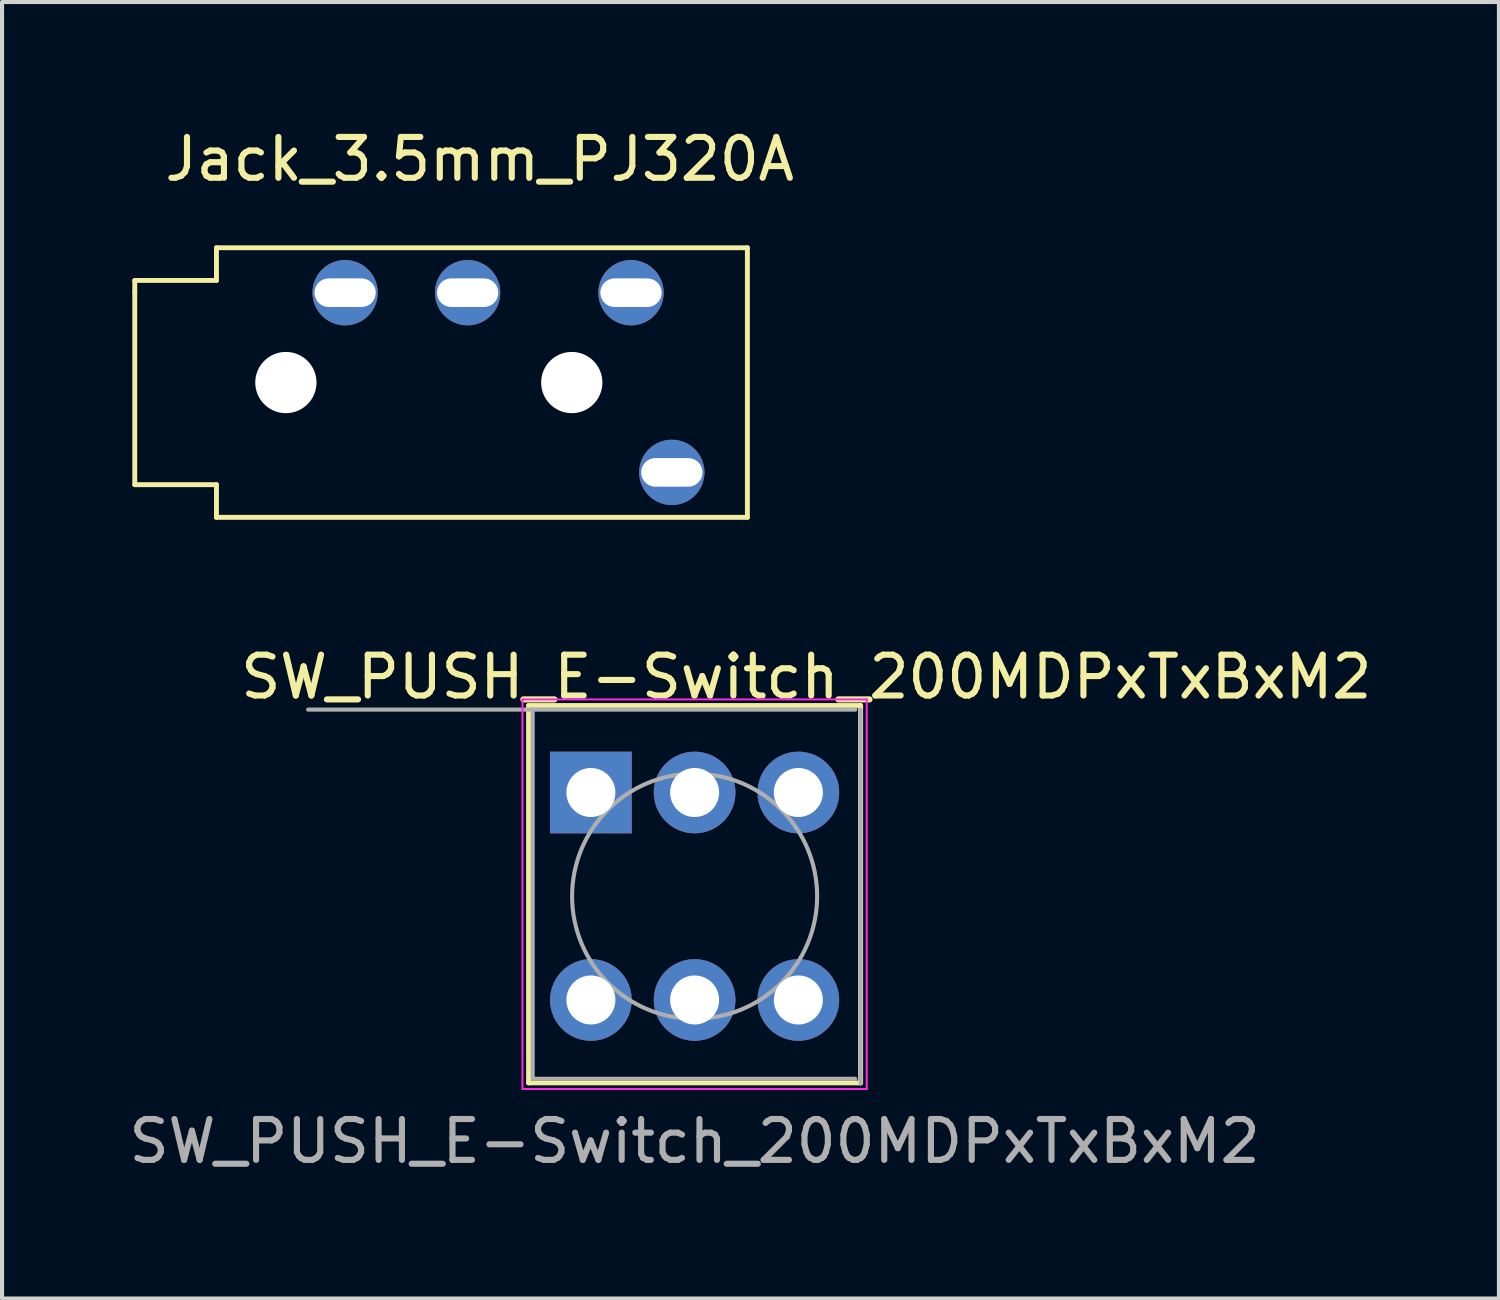
<source format=kicad_pcb>
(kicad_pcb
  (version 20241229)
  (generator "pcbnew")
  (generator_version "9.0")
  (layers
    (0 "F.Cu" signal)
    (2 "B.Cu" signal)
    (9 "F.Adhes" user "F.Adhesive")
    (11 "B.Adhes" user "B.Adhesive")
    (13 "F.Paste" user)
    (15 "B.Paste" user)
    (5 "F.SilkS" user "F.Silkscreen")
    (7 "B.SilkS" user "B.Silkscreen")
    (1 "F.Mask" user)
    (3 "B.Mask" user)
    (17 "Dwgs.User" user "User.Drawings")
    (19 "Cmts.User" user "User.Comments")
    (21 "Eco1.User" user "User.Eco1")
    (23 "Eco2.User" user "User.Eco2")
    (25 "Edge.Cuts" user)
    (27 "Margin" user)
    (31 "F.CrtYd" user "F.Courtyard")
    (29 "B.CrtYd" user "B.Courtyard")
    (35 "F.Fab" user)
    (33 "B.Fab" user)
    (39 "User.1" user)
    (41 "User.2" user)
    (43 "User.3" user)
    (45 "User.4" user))
  (footprint "Jack_3.5mm_PJ320A"
    (layer "F.Cu")
    (at 0.25 4.117)
    (property "Reference" "Jack_3.5mm_PJ320A" (at 8.445 -3.269 0) (layer "F.SilkS") (effects (font (size 1 1) (thickness 0.15))))
    (attr through_hole)
    (fp_line (start 0 -0.3) (end 2 -0.3) (stroke (width 0.12) (type solid)) (layer "F.SilkS"))
    (fp_line (start 0 0) (end 0 -0.3) (stroke (width 0.12) (type solid)) (layer "F.SilkS"))
    (fp_line (start 0 0) (end 0 4.7) (stroke (width 0.12) (type solid)) (layer "F.SilkS"))
    (fp_line (start 0 4.7) (end 2 4.7) (stroke (width 0.12) (type solid)) (layer "F.SilkS"))
    (fp_line (start 2 -1.1) (end 15 -1.1) (stroke (width 0.12) (type solid)) (layer "F.SilkS"))
    (fp_line (start 2 -0.3) (end 2 -1.1) (stroke (width 0.12) (type solid)) (layer "F.SilkS"))
    (fp_line (start 2 4.7) (end 2 5.5) (stroke (width 0.12) (type solid)) (layer "F.SilkS"))
    (fp_line (start 2 5.5) (end 15 5.5) (stroke (width 0.12) (type solid)) (layer "F.SilkS"))
    (fp_line (start 15 -1.1) (end 15 5.5) (stroke (width 0.12) (type solid)) (layer "F.SilkS"))
    (pad "" np_thru_hole circle (at 3.7 2.2) (size 1.5 1.5) (drill 1.5) (layers "*.Cu"))
    (pad "" np_thru_hole circle (at 10.7 2.2) (size 1.5 1.5) (drill 1.5) (layers "*.Cu"))
    (pad "R1" thru_hole circle (at 8.15 0) (size 1.6 1.6) (drill oval 1.5 0.7) (layers "*.Cu" "*.Mask"))
    (pad "R2" thru_hole circle (at 5.15 0) (size 1.6 1.6) (drill oval 1.5 0.7) (layers "*.Cu" "*.Mask"))
    (pad "S" thru_hole circle (at 13.15 4.4) (size 1.6 1.6) (drill oval 1.5 0.7) (layers "*.Cu" "*.Mask"))
    (pad "T" thru_hole circle (at 12.15 0) (size 1.6 1.6) (drill oval 1.5 0.7) (layers "*.Cu" "*.Mask")))
  (footprint "SW_PUSH_E-Switch_200MDPxTxBxM2"
    (layer "F.Cu")
    (at 13.958 18.895)
    (property "Reference" "SW_PUSH_E-Switch_200MDPxTxBxM2" (at 2.735 -5.37 0) (layer "F.SilkS") (effects (font (size 1 1) (thickness 0.15))))
    (attr through_hole)
    (fp_line (start -4.065 -4.67) (end -4.065 4.57) (stroke (width 0.12) (type solid)) (layer "F.SilkS"))
    (fp_line (start -4.065 -4.67) (end 4.065 -4.67) (stroke (width 0.12) (type solid)) (layer "F.SilkS"))
    (fp_line (start 4.065 4.57) (end -4.065 4.57) (stroke (width 0.12) (type solid)) (layer "F.SilkS"))
    (fp_line (start 4.065 4.57) (end 4.065 -4.67) (stroke (width 0.12) (type solid)) (layer "F.SilkS"))
    (fp_line (start -4.215 -4.82) (end 4.215 -4.82) (stroke (width 0.05) (type solid)) (layer "F.CrtYd"))
    (fp_line (start -4.215 4.72) (end -4.215 -4.82) (stroke (width 0.05) (type solid)) (layer "F.CrtYd"))
    (fp_line (start 4.215 -4.82) (end 4.215 4.72) (stroke (width 0.05) (type solid)) (layer "F.CrtYd"))
    (fp_line (start 4.215 4.72) (end -4.215 4.72) (stroke (width 0.05) (type solid)) (layer "F.CrtYd"))
    (fp_line (start -9.465 -4.57) (end 3.935 -4.57) (stroke (width 0.1) (type solid)) (layer "F.Fab"))
    (fp_line (start -3.965 4.43) (end -3.965 -4.57) (stroke (width 0.1) (type solid)) (layer "F.Fab"))
    (fp_line (start 3.935 4.47) (end -3.965 4.47) (stroke (width 0.1) (type solid)) (layer "F.Fab"))
    (fp_line (start 4.065 -4.57) (end 4.065 4.57) (stroke (width 0.1) (type solid)) (layer "F.Fab"))
    (fp_circle (center 0 0) (end 3 0) (stroke (width 0.1) (type solid)) (fill no) (layer "F.Fab"))
    (fp_text user "${REFERENCE}" (at 0 6 0) (layer "F.Fab") (effects (font (size 1 1) (thickness 0.15))))
    (pad "1" thru_hole rect (at -2.54 -2.54) (size 2 2) (drill 1.2) (layers "*.Cu" "*.Mask"))
    (pad "2" thru_hole circle (at 0 -2.54) (size 2 2) (drill 1.2) (layers "*.Cu" "*.Mask"))
    (pad "3" thru_hole circle (at 2.54 -2.54) (size 2 2) (drill 1.2) (layers "*.Cu" "*.Mask"))
    (pad "4" thru_hole circle (at -2.54 2.54) (size 2 2) (drill 1.2) (layers "*.Cu" "*.Mask"))
    (pad "5" thru_hole circle (at 0 2.54) (size 2 2) (drill 1.2) (layers "*.Cu" "*.Mask"))
    (pad "6" thru_hole circle (at 2.54 2.54) (size 2 2) (drill 1.2) (layers "*.Cu" "*.Mask")))
  (gr_rect
    (start -3 -3)
    (end 33.652 28.744)
    (stroke (width 0.1) (type default))
    (fill no)
    (layer "Edge.Cuts")))
</source>
